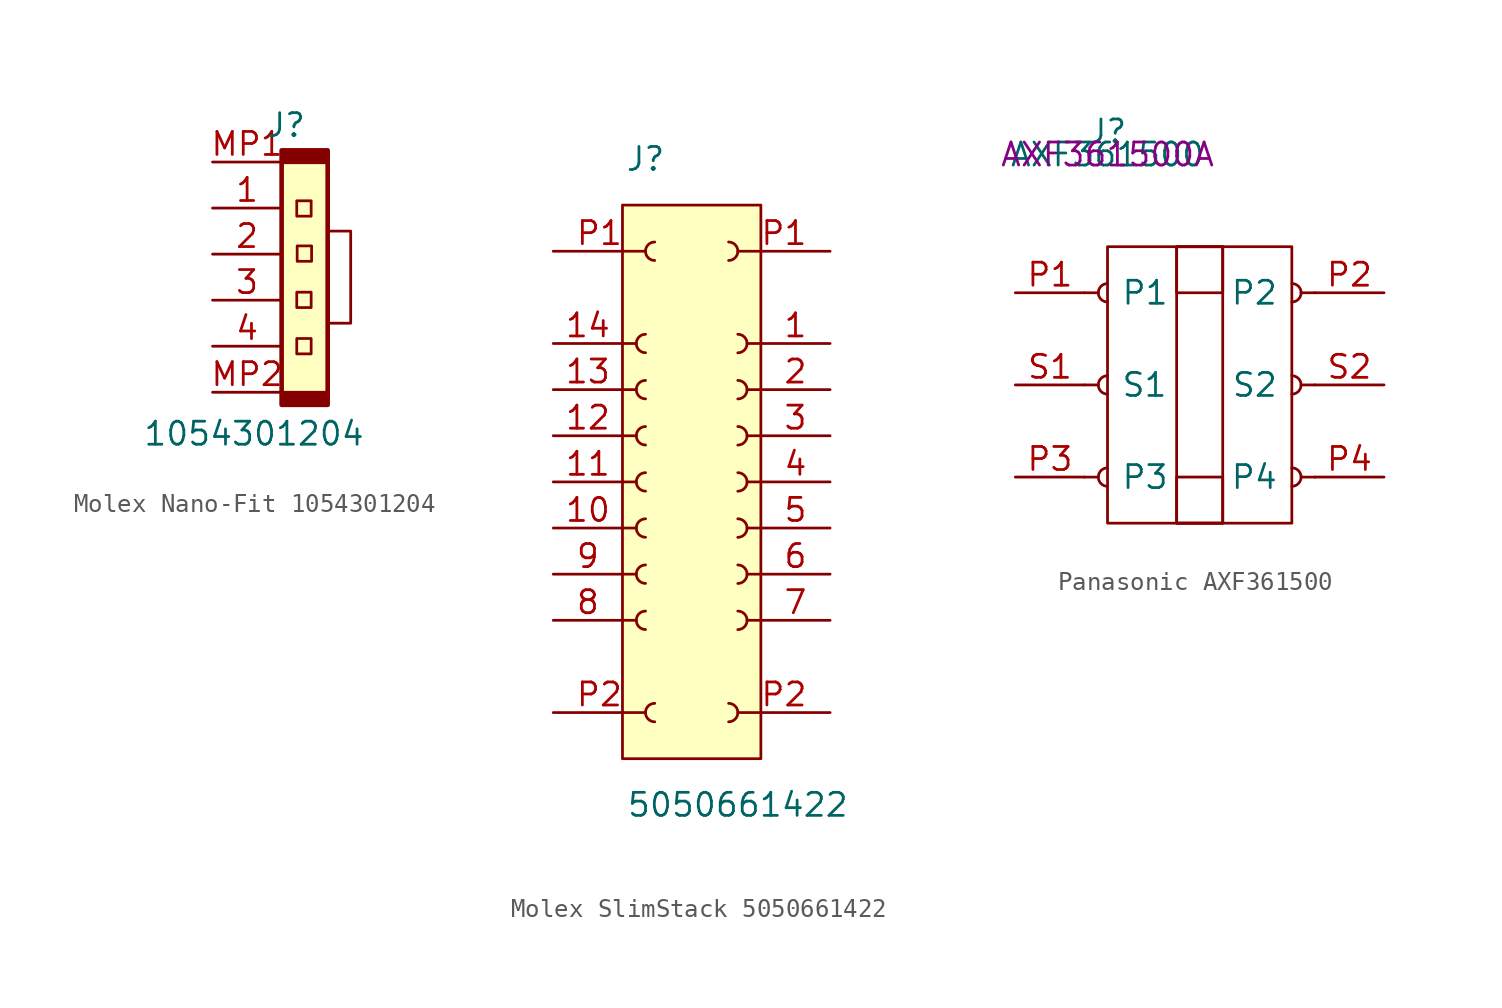
<source format=kicad_sym>
(kicad_symbol_lib
  (version 20241209)
  (generator "kicad_symbol_editor")
  (generator_version "9.0")
  (symbol "Molex Nano-Fit 1054301204"
    (pin_names
      (hide yes))
    (property "Reference" "J"
      (at 0.254 3.302 0)
      (effects (font (size 1.27 1.27))))
    (property "Value" "1054301204"
      (at -1.524 -13.716 0)
      (effects (font (size 1.27 1.27))))
    (symbol "Molex Nano-Fit 1054301204_0_1"
      (rectangle (start 0 1.88) (end 2.54 1.23) (stroke (width 0) (type default)) (fill (type outline)))
      (rectangle (start 0 -11.43) (end 2.54 -12.08) (stroke (width 0) (type default)) (fill (type outline)))
      (polyline (pts (xy 2.54 -2.54) (xy 3.81 -2.54) (xy 3.81 -7.62) (xy 2.54 -7.62)) (stroke (width 0) (type default)) (fill (type none))))
    (symbol "Molex Nano-Fit 1054301204_1_1"
      (rectangle (start 0 1.912) (end 2.54 -12.123) (stroke (width 0.254) (type default)) (fill (type background)))
      (rectangle (start 0.834 -0.869) (end 1.629 -1.716) (stroke (width 0.152) (type default)) (fill (type none)))
      (rectangle (start 0.834 -5.911) (end 1.629 -6.758) (stroke (width 0.152) (type default)) (fill (type none)))
      (rectangle (start 0.834 -8.464) (end 1.629 -9.312) (stroke (width 0.152) (type default)) (fill (type none)))
      (rectangle (start 0.857 -3.357) (end 1.653 -4.205) (stroke (width 0.152) (type default)) (fill (type none)))
      (pin passive line (at -3.81 1.27 0) (length 3.81) (name "MountPin" (effects (font (size 1.27 1.27)))) (number "MP1" (effects (font (size 1.27 1.27)))))
      (pin passive line (at -3.81 -1.27 0) (length 3.81) (name "Pin_1" (effects (font (size 1.27 1.27)))) (number "1" (effects (font (size 1.27 1.27)))))
      (pin passive line (at -3.81 -3.81 0) (length 3.81) (name "Pin_2" (effects (font (size 1.27 1.27)))) (number "2" (effects (font (size 1.27 1.27)))))
      (pin passive line (at -3.81 -6.35 0) (length 3.81) (name "Pin_3" (effects (font (size 1.27 1.27)))) (number "3" (effects (font (size 1.27 1.27)))))
      (pin passive line (at -3.81 -8.89 0) (length 3.81) (name "Pin_4" (effects (font (size 1.27 1.27)))) (number "4" (effects (font (size 1.27 1.27)))))
      (pin passive line (at -3.81 -11.43 0) (length 3.81) (name "MountPin" (effects (font (size 1.27 1.27)))) (number "MP2" (effects (font (size 1.27 1.27)))))))
  (symbol "Molex SlimStack 5050661422"
    (pin_names
      (hide yes))
    (property "Reference" "J"
      (at 0 7.62 0)
      (effects (font (size 1.27 1.27))))
    (property "Value" "5050661422"
      (at 5.08 -27.94 0)
      (effects (font (size 1.27 1.27))))
    (symbol "Molex SlimStack 5050661422_1_1"
      (rectangle (start -1.27 5.08) (end 6.35 -25.4) (stroke (width 0) (type default)) (fill (type background)))
      (polyline (pts (xy -1.27 -2.54) (xy -0.508 -2.54)) (stroke (width 0.152) (type default)) (fill (type none)))
      (polyline (pts (xy -1.27 -5.08) (xy -0.508 -5.08)) (stroke (width 0.152) (type default)) (fill (type none)))
      (polyline (pts (xy -1.27 -7.62) (xy -0.508 -7.62)) (stroke (width 0.152) (type default)) (fill (type none)))
      (polyline (pts (xy -1.27 -10.16) (xy -0.508 -10.16)) (stroke (width 0.152) (type default)) (fill (type none)))
      (polyline (pts (xy -1.27 -12.7) (xy -0.508 -12.7)) (stroke (width 0.152) (type default)) (fill (type none)))
      (polyline (pts (xy -1.27 -15.24) (xy -0.508 -15.24)) (stroke (width 0.152) (type default)) (fill (type none)))
      (polyline (pts (xy -1.27 -17.78) (xy -0.508 -17.78)) (stroke (width 0.152) (type default)) (fill (type none)))
      (arc (start 0 -3.048) (mid -0.5058 -2.54) (end 0 -2.032) (stroke (width 0.1524) (type default)) (fill (type none)))
      (arc (start 0 -5.588) (mid -0.5058 -5.08) (end 0 -4.572) (stroke (width 0.1524) (type default)) (fill (type none)))
      (arc (start 0 -8.128) (mid -0.5058 -7.62) (end 0 -7.112) (stroke (width 0.1524) (type default)) (fill (type none)))
      (arc (start 0 -10.668) (mid -0.5058 -10.16) (end 0 -9.652) (stroke (width 0.1524) (type default)) (fill (type none)))
      (arc (start 0 -13.208) (mid -0.5058 -12.7) (end 0 -12.192) (stroke (width 0.1524) (type default)) (fill (type none)))
      (arc (start 0 -15.748) (mid -0.5058 -15.24) (end 0 -14.732) (stroke (width 0.1524) (type default)) (fill (type none)))
      (arc (start 0 -18.288) (mid -0.5058 -17.78) (end 0 -17.272) (stroke (width 0.1524) (type default)) (fill (type none)))
      (arc (start 0.5058 2.032) (mid 0 2.54) (end 0.5058 3.048) (stroke (width 0.1524) (type default)) (fill (type none)))
      (arc (start 0.5058 -23.368) (mid 0 -22.86) (end 0.5058 -22.352) (stroke (width 0.1524) (type default)) (fill (type none)))
      (arc (start 4.5742 3.048) (mid 5.08 2.54) (end 4.5742 2.032) (stroke (width 0.1524) (type default)) (fill (type none)))
      (arc (start 4.5742 -22.352) (mid 5.08 -22.86) (end 4.5742 -23.368) (stroke (width 0.1524) (type default)) (fill (type none)))
      (arc (start 5.08 -2.032) (mid 5.586 -2.54) (end 5.08 -3.048) (stroke (width 0.1524) (type default)) (fill (type none)))
      (arc (start 5.08 -4.572) (mid 5.586 -5.08) (end 5.08 -5.588) (stroke (width 0.1524) (type default)) (fill (type none)))
      (arc (start 5.08 -7.112) (mid 5.586 -7.62) (end 5.08 -8.128) (stroke (width 0.1524) (type default)) (fill (type none)))
      (arc (start 5.08 -9.652) (mid 5.586 -10.16) (end 5.08 -10.668) (stroke (width 0.1524) (type default)) (fill (type none)))
      (arc (start 5.08 -12.192) (mid 5.586 -12.7) (end 5.08 -13.208) (stroke (width 0.1524) (type default)) (fill (type none)))
      (arc (start 5.08 -14.732) (mid 5.586 -15.24) (end 5.08 -15.748) (stroke (width 0.1524) (type default)) (fill (type none)))
      (arc (start 5.08 -17.272) (mid 5.586 -17.78) (end 5.08 -18.288) (stroke (width 0.1524) (type default)) (fill (type none)))
      (polyline (pts (xy 6.35 -2.54) (xy 5.588 -2.54)) (stroke (width 0.152) (type default)) (fill (type none)))
      (polyline (pts (xy 6.35 -5.08) (xy 5.588 -5.08)) (stroke (width 0.152) (type default)) (fill (type none)))
      (polyline (pts (xy 6.35 -7.62) (xy 5.588 -7.62)) (stroke (width 0.152) (type default)) (fill (type none)))
      (polyline (pts (xy 6.35 -10.16) (xy 5.588 -10.16)) (stroke (width 0.152) (type default)) (fill (type none)))
      (polyline (pts (xy 6.35 -12.7) (xy 5.588 -12.7)) (stroke (width 0.152) (type default)) (fill (type none)))
      (polyline (pts (xy 6.35 -15.24) (xy 5.588 -15.24)) (stroke (width 0.152) (type default)) (fill (type none)))
      (polyline (pts (xy 6.35 -17.78) (xy 5.588 -17.78)) (stroke (width 0.152) (type default)) (fill (type none)))
      (pin passive line (at -5.08 2.54 0) (length 5.08) (name "P1" (effects (font (size 1.27 1.27)))) (number "P1" (effects (font (size 1.27 1.27)))))
      (pin passive line (at -5.08 -2.54 0) (length 3.81) (name "Pin_14" (effects (font (size 1.27 1.27)))) (number "14" (effects (font (size 1.27 1.27)))))
      (pin passive line (at -5.08 -5.08 0) (length 3.81) (name "Pin_13" (effects (font (size 1.27 1.27)))) (number "13" (effects (font (size 1.27 1.27)))))
      (pin passive line (at -5.08 -7.62 0) (length 3.81) (name "Pin_12" (effects (font (size 1.27 1.27)))) (number "12" (effects (font (size 1.27 1.27)))))
      (pin passive line (at -5.08 -10.16 0) (length 3.81) (name "Pin_11" (effects (font (size 1.27 1.27)))) (number "11" (effects (font (size 1.27 1.27)))))
      (pin passive line (at -5.08 -12.7 0) (length 3.81) (name "Pin_10" (effects (font (size 1.27 1.27)))) (number "10" (effects (font (size 1.27 1.27)))))
      (pin passive line (at -5.08 -15.24 0) (length 3.81) (name "Pin_9" (effects (font (size 1.27 1.27)))) (number "9" (effects (font (size 1.27 1.27)))))
      (pin passive line (at -5.08 -17.78 0) (length 3.81) (name "Pin_8" (effects (font (size 1.27 1.27)))) (number "8" (effects (font (size 1.27 1.27)))))
      (pin passive line (at -5.08 -22.86 0) (length 5.08) (name "P2" (effects (font (size 1.27 1.27)))) (number "P2" (effects (font (size 1.27 1.27)))))
      (pin passive line (at 10.16 2.54 180) (length 5.08) (name "P1" (effects (font (size 1.27 1.27)))) (number "P1" (effects (font (size 1.27 1.27)))))
      (pin passive line (at 10.16 -2.54 180) (length 3.81) (name "Pin_1" (effects (font (size 1.27 1.27)))) (number "1" (effects (font (size 1.27 1.27)))))
      (pin passive line (at 10.16 -5.08 180) (length 3.81) (name "Pin_2" (effects (font (size 1.27 1.27)))) (number "2" (effects (font (size 1.27 1.27)))))
      (pin passive line (at 10.16 -7.62 180) (length 3.81) (name "Pin_3" (effects (font (size 1.27 1.27)))) (number "3" (effects (font (size 1.27 1.27)))))
      (pin passive line (at 10.16 -10.16 180) (length 3.81) (name "Pin_4" (effects (font (size 1.27 1.27)))) (number "4" (effects (font (size 1.27 1.27)))))
      (pin passive line (at 10.16 -12.7 180) (length 3.81) (name "Pin_5" (effects (font (size 1.27 1.27)))) (number "5" (effects (font (size 1.27 1.27)))))
      (pin passive line (at 10.16 -15.24 180) (length 3.81) (name "Pin_6" (effects (font (size 1.27 1.27)))) (number "6" (effects (font (size 1.27 1.27)))))
      (pin passive line (at 10.16 -17.78 180) (length 3.81) (name "Pin_7" (effects (font (size 1.27 1.27)))) (number "7" (effects (font (size 1.27 1.27)))))
      (pin passive line (at 10.16 -22.86 180) (length 5.08) (name "P2" (effects (font (size 1.27 1.27)))) (number "P2" (effects (font (size 1.27 1.27)))))))
  (symbol "Panasonic AXF361500"
    (pin_names
      (offset 2))
    (property "Reference" "J"
      (at 0 6.35 0)
      (effects (font (size 1.27 1.27))))
    (property "Value" "AXF361500"
      (at 0 5.08 0)
      (effects (font (size 1.27 1.27))))
    (property "Mpn1" "AXF361500A"
      (at 0 5.08 0)
      (effects (font (size 1.27 1.27))))
    (symbol "Panasonic AXF361500_0_1"
      (rectangle (start 0 0) (end 10.16 -15.24) (stroke (width 0) (type default)) (fill (type none)))
      (rectangle (start 3.81 0) (end 6.35 -2.54) (stroke (width 0) (type default)) (fill (type none)))
      (rectangle (start 3.81 0) (end 6.35 -15.24) (stroke (width 0) (type default)) (fill (type none)))
      (rectangle (start 3.81 -12.7) (end 6.35 -15.24) (stroke (width 0) (type default)) (fill (type none))))
    (symbol "Panasonic AXF361500_1_1"
      (polyline (pts (xy -1.27 -2.54) (xy -0.508 -2.54)) (stroke (width 0.152) (type default)) (fill (type none)))
      (polyline (pts (xy -1.27 -7.62) (xy -0.508 -7.62)) (stroke (width 0.152) (type default)) (fill (type none)))
      (polyline (pts (xy -1.27 -12.7) (xy -0.508 -12.7)) (stroke (width 0.152) (type default)) (fill (type none)))
      (arc (start 0 -3.048) (mid -0.5058 -2.54) (end 0 -2.032) (stroke (width 0.1524) (type default)) (fill (type none)))
      (arc (start 0 -8.128) (mid -0.5058 -7.62) (end 0 -7.112) (stroke (width 0.1524) (type default)) (fill (type none)))
      (arc (start 0 -13.208) (mid -0.5058 -12.7) (end 0 -12.192) (stroke (width 0.1524) (type default)) (fill (type none)))
      (arc (start 10.16 -7.112) (mid 10.666 -7.62) (end 10.16 -8.128) (stroke (width 0.1524) (type default)) (fill (type none)))
      (arc (start 10.16 -12.192) (mid 10.666 -12.7) (end 10.16 -13.208) (stroke (width 0.1524) (type default)) (fill (type none)))
      (arc (start 10.162 -2.032) (mid 10.668 -2.54) (end 10.162 -3.048) (stroke (width 0.1524) (type default)) (fill (type none)))
      (polyline (pts (xy 11.43 -7.62) (xy 10.668 -7.62)) (stroke (width 0.152) (type default)) (fill (type none)))
      (polyline (pts (xy 11.43 -12.7) (xy 10.668 -12.7)) (stroke (width 0.152) (type default)) (fill (type none)))
      (polyline (pts (xy 11.432 -2.54) (xy 10.67 -2.54)) (stroke (width 0.152) (type default)) (fill (type none)))
      (pin passive line (at -5.08 -2.54 0) (length 3.81) (name "P1" (effects (font (size 1.27 1.27)))) (number "P1" (effects (font (size 1.27 1.27)))))
      (pin passive line (at -5.08 -7.62 0) (length 3.81) (name "S1" (effects (font (size 1.27 1.27)))) (number "S1" (effects (font (size 1.27 1.27)))))
      (pin passive line (at -5.08 -12.7 0) (length 3.81) (name "P3" (effects (font (size 1.27 1.27)))) (number "P3" (effects (font (size 1.27 1.27)))))
      (pin passive line (at 15.24 -2.54 180) (length 3.81) (name "P2" (effects (font (size 1.27 1.27)))) (number "P2" (effects (font (size 1.27 1.27)))))
      (pin passive line (at 15.24 -7.62 180) (length 3.81) (name "S2" (effects (font (size 1.27 1.27)))) (number "S2" (effects (font (size 1.27 1.27)))))
      (pin passive line (at 15.24 -12.7 180) (length 3.81) (name "P4" (effects (font (size 1.27 1.27)))) (number "P4" (effects (font (size 1.27 1.27))))))))
</source>
